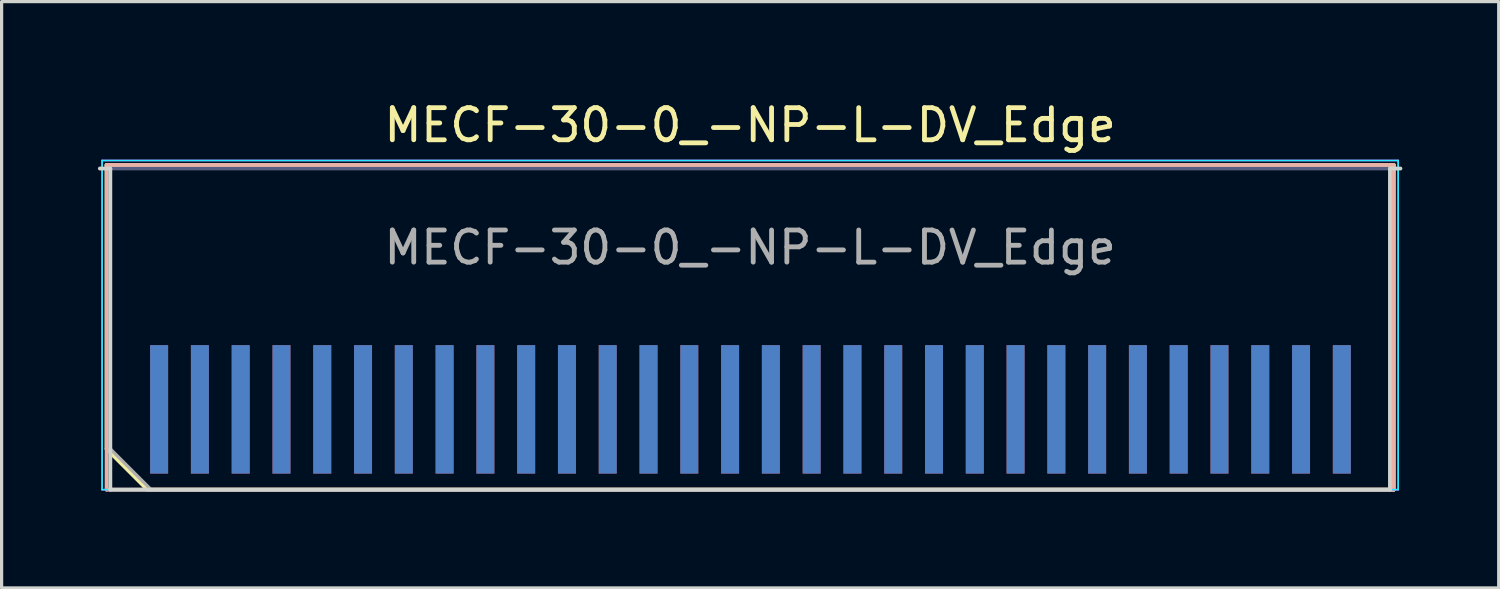
<source format=kicad_pcb>
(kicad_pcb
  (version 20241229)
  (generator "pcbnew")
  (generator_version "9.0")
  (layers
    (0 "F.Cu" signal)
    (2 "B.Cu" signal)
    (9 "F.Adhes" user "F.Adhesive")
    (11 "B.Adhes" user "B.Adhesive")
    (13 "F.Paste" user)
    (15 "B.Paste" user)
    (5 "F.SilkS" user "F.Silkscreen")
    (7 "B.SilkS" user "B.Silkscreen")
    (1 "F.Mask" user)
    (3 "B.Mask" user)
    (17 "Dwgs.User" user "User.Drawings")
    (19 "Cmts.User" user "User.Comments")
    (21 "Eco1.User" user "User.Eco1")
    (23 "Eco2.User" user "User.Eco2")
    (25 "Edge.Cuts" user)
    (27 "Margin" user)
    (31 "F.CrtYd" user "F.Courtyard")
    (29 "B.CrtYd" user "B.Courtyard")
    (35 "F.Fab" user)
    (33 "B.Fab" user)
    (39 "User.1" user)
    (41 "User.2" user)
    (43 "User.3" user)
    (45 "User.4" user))
  (footprint "MECF-30-0_-NP-L-DV_Edge"
    (layer "F.Cu")
    (at 20.31 7.198)
    (property "Reference" "MECF-30-0_-NP-L-DV_Edge" (at 0 -6.35 0) (layer "F.SilkS") (effects (font (size 1 1) (thickness 0.15))))
    (attr exclude_from_pos_files exclude_from_bom)
    (fp_line (start -20.04 -5.11) (end 20.04 -5.11) (stroke (width 0.12) (type solid)) (layer "F.SilkS"))
    (fp_line (start -20.04 3.73) (end -20.04 -5.11) (stroke (width 0.12) (type solid)) (layer "F.SilkS"))
    (fp_line (start -18.77 5) (end -20.04 3.73) (stroke (width 0.12) (type solid)) (layer "F.SilkS"))
    (fp_line (start -18.77 5) (end 20.04 5) (stroke (width 0.12) (type solid)) (layer "F.SilkS"))
    (fp_line (start 20.04 5) (end 20.04 -5.11) (stroke (width 0.12) (type solid)) (layer "F.SilkS"))
    (fp_line (start -20.04 -5.11) (end 20.04 -5.11) (stroke (width 0.12) (type solid)) (layer "B.SilkS"))
    (fp_line (start -20.04 5) (end -20.04 -5.11) (stroke (width 0.12) (type solid)) (layer "B.SilkS"))
    (fp_line (start -20.04 5) (end 20.04 5) (stroke (width 0.12) (type solid)) (layer "B.SilkS"))
    (fp_line (start 20.04 5) (end 20.04 -5.11) (stroke (width 0.12) (type solid)) (layer "B.SilkS"))
    (fp_line (start -20.25 -5) (end -19.925 -5) (stroke (width 0.12) (type solid)) (layer "Edge.Cuts"))
    (fp_line (start -19.925 5) (end -19.925 -5) (stroke (width 0.12) (type solid)) (layer "Edge.Cuts"))
    (fp_line (start -19.925 5) (end 19.925 5) (stroke (width 0.12) (type solid)) (layer "Edge.Cuts"))
    (fp_line (start 19.925 5) (end 19.925 -5) (stroke (width 0.12) (type solid)) (layer "Edge.Cuts"))
    (fp_line (start 20.25 -5) (end 19.925 -5) (stroke (width 0.12) (type solid)) (layer "Edge.Cuts"))
    (fp_line (start -20.18 -5.25) (end -20.18 5) (stroke (width 0.05) (type solid)) (layer "B.CrtYd"))
    (fp_line (start -20.18 5) (end 20.18 5) (stroke (width 0.05) (type solid)) (layer "B.CrtYd"))
    (fp_line (start 20.18 -5.25) (end -20.18 -5.25) (stroke (width 0.05) (type solid)) (layer "B.CrtYd"))
    (fp_line (start 20.18 5) (end 20.18 -5.25) (stroke (width 0.05) (type solid)) (layer "B.CrtYd"))
    (fp_line (start -20.18 -5.25) (end -20.18 5) (stroke (width 0.05) (type solid)) (layer "F.CrtYd"))
    (fp_line (start -20.18 5) (end 20.18 5) (stroke (width 0.05) (type solid)) (layer "F.CrtYd"))
    (fp_line (start 20.18 -5.25) (end -20.18 -5.25) (stroke (width 0.05) (type solid)) (layer "F.CrtYd"))
    (fp_line (start 20.18 5) (end 20.18 -5.25) (stroke (width 0.05) (type solid)) (layer "F.CrtYd"))
    (fp_line (start -19.925 -5) (end 19.925 -5) (stroke (width 0.1) (type solid)) (layer "B.Fab"))
    (fp_line (start -19.925 5) (end -19.925 -5) (stroke (width 0.1) (type solid)) (layer "B.Fab"))
    (fp_line (start -19.925 5) (end 19.925 5) (stroke (width 0.1) (type solid)) (layer "B.Fab"))
    (fp_line (start 19.925 5) (end 19.925 -5) (stroke (width 0.1) (type solid)) (layer "B.Fab"))
    (fp_line (start -19.925 -5) (end 19.925 -5) (stroke (width 0.1) (type solid)) (layer "F.Fab"))
    (fp_line (start -19.925 3.73) (end -19.925 -5) (stroke (width 0.1) (type solid)) (layer "F.Fab"))
    (fp_line (start -19.925 3.73) (end -18.655 5) (stroke (width 0.1) (type solid)) (layer "F.Fab"))
    (fp_line (start -18.655 5) (end 19.925 5) (stroke (width 0.1) (type solid)) (layer "F.Fab"))
    (fp_line (start 19.925 5) (end 19.925 -5) (stroke (width 0.1) (type solid)) (layer "F.Fab"))
    (fp_text user "${REFERENCE}" (at 0 -2.54 0) (layer "F.Fab") (effects (font (size 1 1) (thickness 0.15))))
    (pad "1" smd rect (at -18.405 2.5) (size 0.56 4) (layers "F.Cu" "F.Mask" "F.Paste"))
    (pad "2" smd rect (at -18.405 2.5) (size 0.56 4) (layers "B.Cu" "B.Mask" "B.Paste"))
    (pad "3" smd rect (at -17.135 2.5) (size 0.56 4) (layers "F.Cu" "F.Mask" "F.Paste"))
    (pad "4" smd rect (at -17.135 2.5) (size 0.56 4) (layers "B.Cu" "B.Mask" "B.Paste"))
    (pad "5" smd rect (at -15.865 2.5) (size 0.56 4) (layers "F.Cu" "F.Mask" "F.Paste"))
    (pad "6" smd rect (at -15.865 2.5) (size 0.56 4) (layers "B.Cu" "B.Mask" "B.Paste"))
    (pad "7" smd rect (at -14.595 2.5) (size 0.56 4) (layers "F.Cu" "F.Mask" "F.Paste"))
    (pad "8" smd rect (at -14.595 2.5) (size 0.56 4) (layers "B.Cu" "B.Mask" "B.Paste"))
    (pad "9" smd rect (at -13.325 2.5) (size 0.56 4) (layers "F.Cu" "F.Mask" "F.Paste"))
    (pad "10" smd rect (at -13.325 2.5) (size 0.56 4) (layers "B.Cu" "B.Mask" "B.Paste"))
    (pad "11" smd rect (at -12.055 2.5) (size 0.56 4) (layers "F.Cu" "F.Mask" "F.Paste"))
    (pad "12" smd rect (at -12.055 2.5) (size 0.56 4) (layers "B.Cu" "B.Mask" "B.Paste"))
    (pad "13" smd rect (at -10.785 2.5) (size 0.56 4) (layers "F.Cu" "F.Mask" "F.Paste"))
    (pad "14" smd rect (at -10.785 2.5) (size 0.56 4) (layers "B.Cu" "B.Mask" "B.Paste"))
    (pad "15" smd rect (at -9.515 2.5) (size 0.56 4) (layers "F.Cu" "F.Mask" "F.Paste"))
    (pad "16" smd rect (at -9.515 2.5) (size 0.56 4) (layers "B.Cu" "B.Mask" "B.Paste"))
    (pad "17" smd rect (at -8.245 2.5) (size 0.56 4) (layers "F.Cu" "F.Mask" "F.Paste"))
    (pad "18" smd rect (at -8.245 2.5) (size 0.56 4) (layers "B.Cu" "B.Mask" "B.Paste"))
    (pad "19" smd rect (at -6.975 2.5) (size 0.56 4) (layers "F.Cu" "F.Mask" "F.Paste"))
    (pad "20" smd rect (at -6.975 2.5) (size 0.56 4) (layers "B.Cu" "B.Mask" "B.Paste"))
    (pad "21" smd rect (at -5.705 2.5) (size 0.56 4) (layers "F.Cu" "F.Mask" "F.Paste"))
    (pad "22" smd rect (at -5.705 2.5) (size 0.56 4) (layers "B.Cu" "B.Mask" "B.Paste"))
    (pad "23" smd rect (at -4.435 2.5) (size 0.56 4) (layers "F.Cu" "F.Mask" "F.Paste"))
    (pad "24" smd rect (at -4.435 2.5) (size 0.56 4) (layers "B.Cu" "B.Mask" "B.Paste"))
    (pad "25" smd rect (at -3.165 2.5) (size 0.56 4) (layers "F.Cu" "F.Mask" "F.Paste"))
    (pad "26" smd rect (at -3.165 2.5) (size 0.56 4) (layers "B.Cu" "B.Mask" "B.Paste"))
    (pad "27" smd rect (at -1.895 2.5) (size 0.56 4) (layers "F.Cu" "F.Mask" "F.Paste"))
    (pad "28" smd rect (at -1.895 2.5) (size 0.56 4) (layers "B.Cu" "B.Mask" "B.Paste"))
    (pad "29" smd rect (at -0.625 2.5) (size 0.56 4) (layers "F.Cu" "F.Mask" "F.Paste"))
    (pad "30" smd rect (at -0.625 2.5) (size 0.56 4) (layers "B.Cu" "B.Mask" "B.Paste"))
    (pad "31" smd rect (at 0.645 2.5) (size 0.56 4) (layers "F.Cu" "F.Mask" "F.Paste"))
    (pad "32" smd rect (at 0.645 2.5) (size 0.56 4) (layers "B.Cu" "B.Mask" "B.Paste"))
    (pad "33" smd rect (at 1.915 2.5) (size 0.56 4) (layers "F.Cu" "F.Mask" "F.Paste"))
    (pad "34" smd rect (at 1.915 2.5) (size 0.56 4) (layers "B.Cu" "B.Mask" "B.Paste"))
    (pad "35" smd rect (at 3.185 2.5) (size 0.56 4) (layers "F.Cu" "F.Mask" "F.Paste"))
    (pad "36" smd rect (at 3.185 2.5) (size 0.56 4) (layers "B.Cu" "B.Mask" "B.Paste"))
    (pad "37" smd rect (at 4.455 2.5) (size 0.56 4) (layers "F.Cu" "F.Mask" "F.Paste"))
    (pad "38" smd rect (at 4.455 2.5) (size 0.56 4) (layers "B.Cu" "B.Mask" "B.Paste"))
    (pad "39" smd rect (at 5.725 2.5) (size 0.56 4) (layers "F.Cu" "F.Mask" "F.Paste"))
    (pad "40" smd rect (at 5.725 2.5) (size 0.56 4) (layers "B.Cu" "B.Mask" "B.Paste"))
    (pad "41" smd rect (at 6.995 2.5) (size 0.56 4) (layers "F.Cu" "F.Mask" "F.Paste"))
    (pad "42" smd rect (at 6.995 2.5) (size 0.56 4) (layers "B.Cu" "B.Mask" "B.Paste"))
    (pad "43" smd rect (at 8.265 2.5) (size 0.56 4) (layers "F.Cu" "F.Mask" "F.Paste"))
    (pad "44" smd rect (at 8.265 2.5) (size 0.56 4) (layers "B.Cu" "B.Mask" "B.Paste"))
    (pad "45" smd rect (at 9.535 2.5) (size 0.56 4) (layers "F.Cu" "F.Mask" "F.Paste"))
    (pad "46" smd rect (at 9.535 2.5) (size 0.56 4) (layers "B.Cu" "B.Mask" "B.Paste"))
    (pad "47" smd rect (at 10.805 2.5) (size 0.56 4) (layers "F.Cu" "F.Mask" "F.Paste"))
    (pad "48" smd rect (at 10.805 2.5) (size 0.56 4) (layers "B.Cu" "B.Mask" "B.Paste"))
    (pad "49" smd rect (at 12.075 2.5) (size 0.56 4) (layers "F.Cu" "F.Mask" "F.Paste"))
    (pad "50" smd rect (at 12.075 2.5) (size 0.56 4) (layers "B.Cu" "B.Mask" "B.Paste"))
    (pad "51" smd rect (at 13.345 2.5) (size 0.56 4) (layers "F.Cu" "F.Mask" "F.Paste"))
    (pad "52" smd rect (at 13.345 2.5) (size 0.56 4) (layers "B.Cu" "B.Mask" "B.Paste"))
    (pad "53" smd rect (at 14.615 2.5) (size 0.56 4) (layers "F.Cu" "F.Mask" "F.Paste"))
    (pad "54" smd rect (at 14.615 2.5) (size 0.56 4) (layers "B.Cu" "B.Mask" "B.Paste"))
    (pad "55" smd rect (at 15.885 2.5) (size 0.56 4) (layers "F.Cu" "F.Mask" "F.Paste"))
    (pad "56" smd rect (at 15.885 2.5) (size 0.56 4) (layers "B.Cu" "B.Mask" "B.Paste"))
    (pad "57" smd rect (at 17.155 2.5) (size 0.56 4) (layers "F.Cu" "F.Mask" "F.Paste"))
    (pad "58" smd rect (at 17.155 2.5) (size 0.56 4) (layers "B.Cu" "B.Mask" "B.Paste"))
    (pad "59" smd rect (at 18.425 2.5) (size 0.56 4) (layers "F.Cu" "F.Mask" "F.Paste"))
    (pad "60" smd rect (at 18.425 2.5) (size 0.56 4) (layers "B.Cu" "B.Mask" "B.Paste")))
  (gr_rect
    (start -3 -3)
    (end 43.62 15.258)
    (stroke (width 0.1) (type default))
    (fill no)
    (layer "Edge.Cuts")))
</source>
